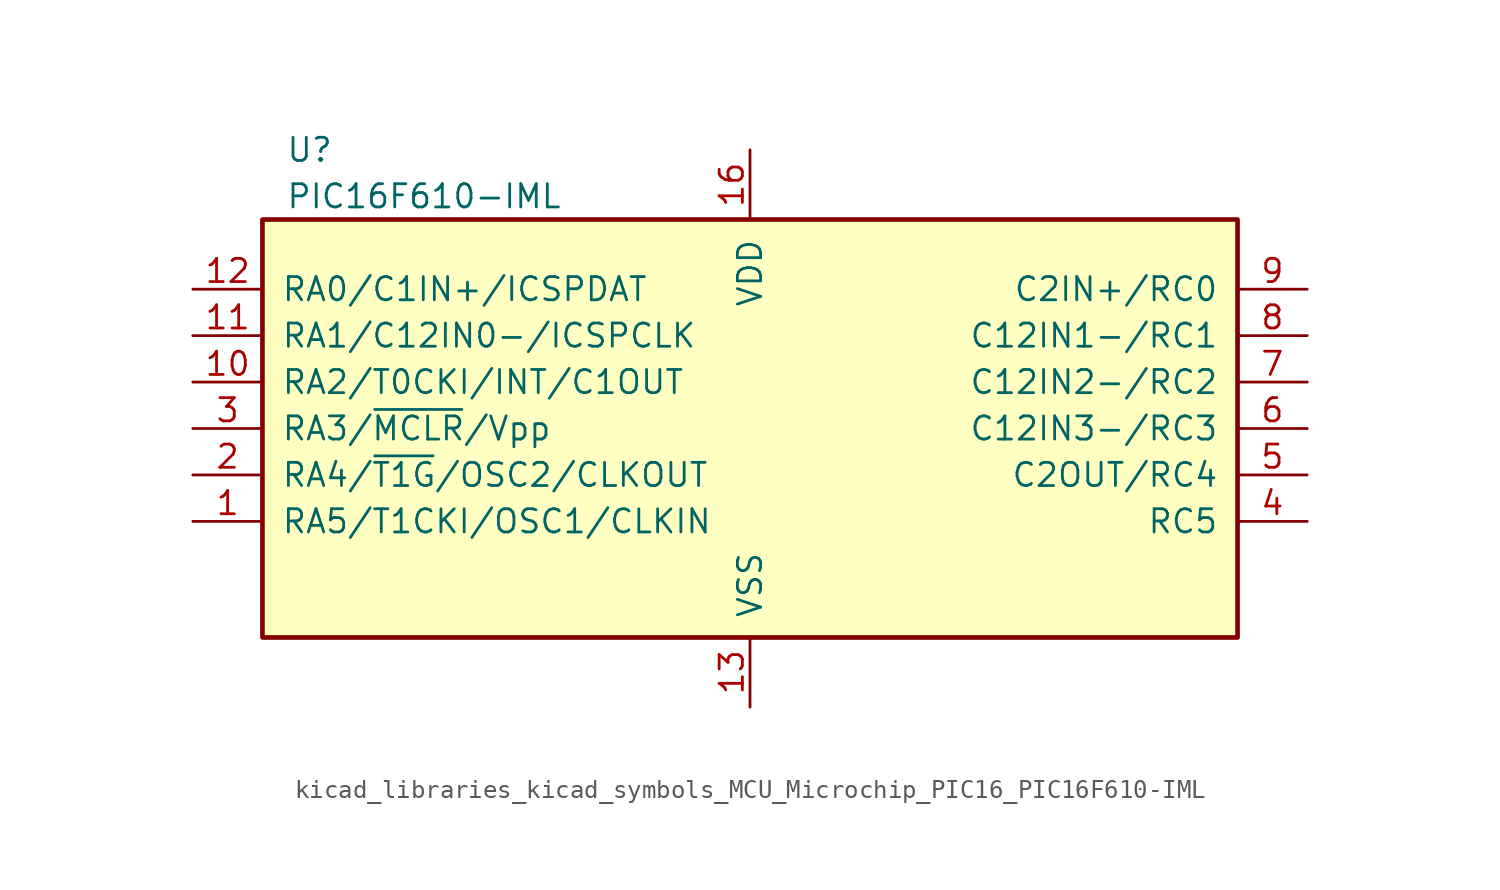
<source format=kicad_sym>
(kicad_symbol_lib
  (version 20220914)
  (generator kicad_symbol_editor)
  (symbol "kicad_libraries_kicad_symbols_MCU_Microchip_PIC16_PIC16F610-IML"
    (pin_names
      (offset 1.016))
    (property "Reference" "U"
      (at -25.4 15.24 0)
      (effects (font (size 1.27 1.27)) (justify left)))
    (property "Value" "PIC16F610-IML"
      (at -25.4 12.7 0)
      (effects (font (size 1.27 1.27)) (justify left)))
    (symbol "kicad_libraries_kicad_symbols_MCU_Microchip_PIC16_PIC16F610-IML_0_1"
      (rectangle (start -26.67 11.43) (end 26.67 -11.43) (stroke (width 0.254) (type default)) (fill (type background))))
    (symbol "kicad_libraries_kicad_symbols_MCU_Microchip_PIC16_PIC16F610-IML_1_1"
      (pin bidirectional line (at -30.48 -5.08 0) (length 3.81) (name "RA5/T1CKI/OSC1/CLKIN" (effects (font (size 1.27 1.27)))) (number "1" (effects (font (size 1.27 1.27)))))
      (pin bidirectional line (at -30.48 2.54 0) (length 3.81) (name "RA2/T0CKI/INT/C1OUT" (effects (font (size 1.27 1.27)))) (number "10" (effects (font (size 1.27 1.27)))))
      (pin bidirectional line (at -30.48 5.08 0) (length 3.81) (name "RA1/C12IN0-/ICSPCLK" (effects (font (size 1.27 1.27)))) (number "11" (effects (font (size 1.27 1.27)))))
      (pin bidirectional line (at -30.48 7.62 0) (length 3.81) (name "RA0/C1IN+/ICSPDAT" (effects (font (size 1.27 1.27)))) (number "12" (effects (font (size 1.27 1.27)))))
      (pin power_in line (at 0 -15.24 90) (length 3.81) (name "VSS" (effects (font (size 1.27 1.27)))) (number "13" (effects (font (size 1.27 1.27)))))
      (pin power_in line (at 0 15.24 270) (length 3.81) (name "VDD" (effects (font (size 1.27 1.27)))) (number "16" (effects (font (size 1.27 1.27)))))
      (pin bidirectional line (at -30.48 -2.54 0) (length 3.81) (name "RA4/~{T1G}/OSC2/CLKOUT" (effects (font (size 1.27 1.27)))) (number "2" (effects (font (size 1.27 1.27)))))
      (pin input line (at -30.48 0 0) (length 3.81) (name "RA3/~{MCLR}/Vpp" (effects (font (size 1.27 1.27)))) (number "3" (effects (font (size 1.27 1.27)))))
      (pin bidirectional line (at 30.48 -5.08 180) (length 3.81) (name "RC5" (effects (font (size 1.27 1.27)))) (number "4" (effects (font (size 1.27 1.27)))))
      (pin bidirectional line (at 30.48 -2.54 180) (length 3.81) (name "C2OUT/RC4" (effects (font (size 1.27 1.27)))) (number "5" (effects (font (size 1.27 1.27)))))
      (pin bidirectional line (at 30.48 0 180) (length 3.81) (name "C12IN3-/RC3" (effects (font (size 1.27 1.27)))) (number "6" (effects (font (size 1.27 1.27)))))
      (pin bidirectional line (at 30.48 2.54 180) (length 3.81) (name "C12IN2-/RC2" (effects (font (size 1.27 1.27)))) (number "7" (effects (font (size 1.27 1.27)))))
      (pin bidirectional line (at 30.48 5.08 180) (length 3.81) (name "C12IN1-/RC1" (effects (font (size 1.27 1.27)))) (number "8" (effects (font (size 1.27 1.27)))))
      (pin bidirectional line (at 30.48 7.62 180) (length 3.81) (name "C2IN+/RC0" (effects (font (size 1.27 1.27)))) (number "9" (effects (font (size 1.27 1.27))))))))
</source>
